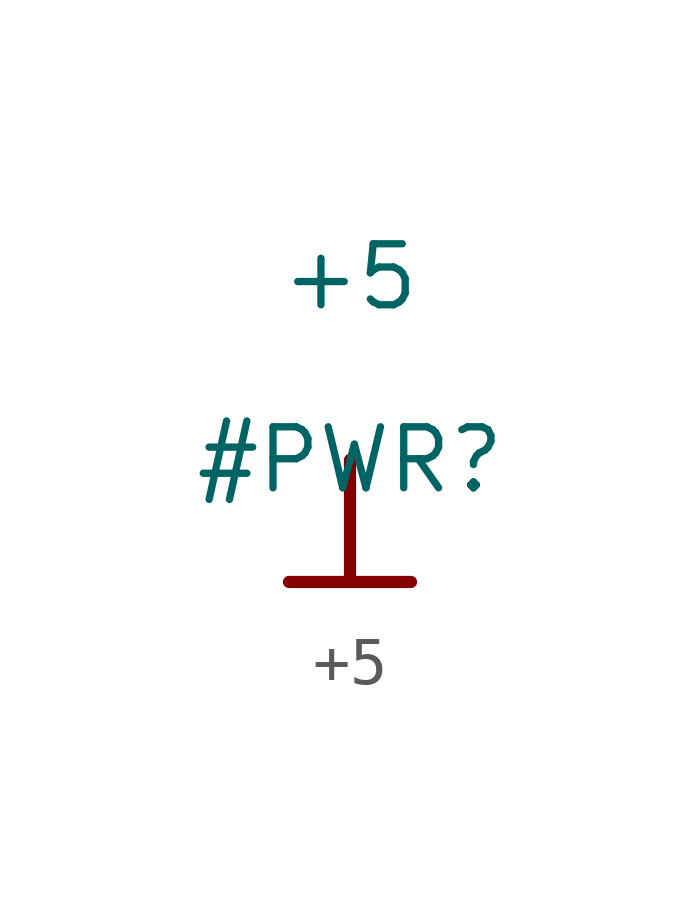
<source format=kicad_sym>
(kicad_symbol_lib
  (version 20220914)
  (generator kicad_symbol_editor)
  (symbol "+5"
    (power)
    (property "Reference" "#PWR"
      (at 0 0 0)
      (effects (font (size 1.27 1.27))))
    (property "Value" "+5"
      (at 0 3.81 0)
      (effects (font (size 1.27 1.27))))
    (symbol "+5_0_0"
      (polyline (pts (xy -1.27 -2.54) (xy 1.27 -2.54)) (stroke (width 0.254) (type solid)) (fill (type none)))
      (polyline (pts (xy 0 0) (xy 0 -2.54)) (stroke (width 0.254) (type solid)) (fill (type none)))
      (pin power_in line (at 0 0 0) (length 0) hide (name "+5" (effects (font (size 1.27 1.27)))) (number "" (effects (font (size 1.27 1.27))))))))
</source>
